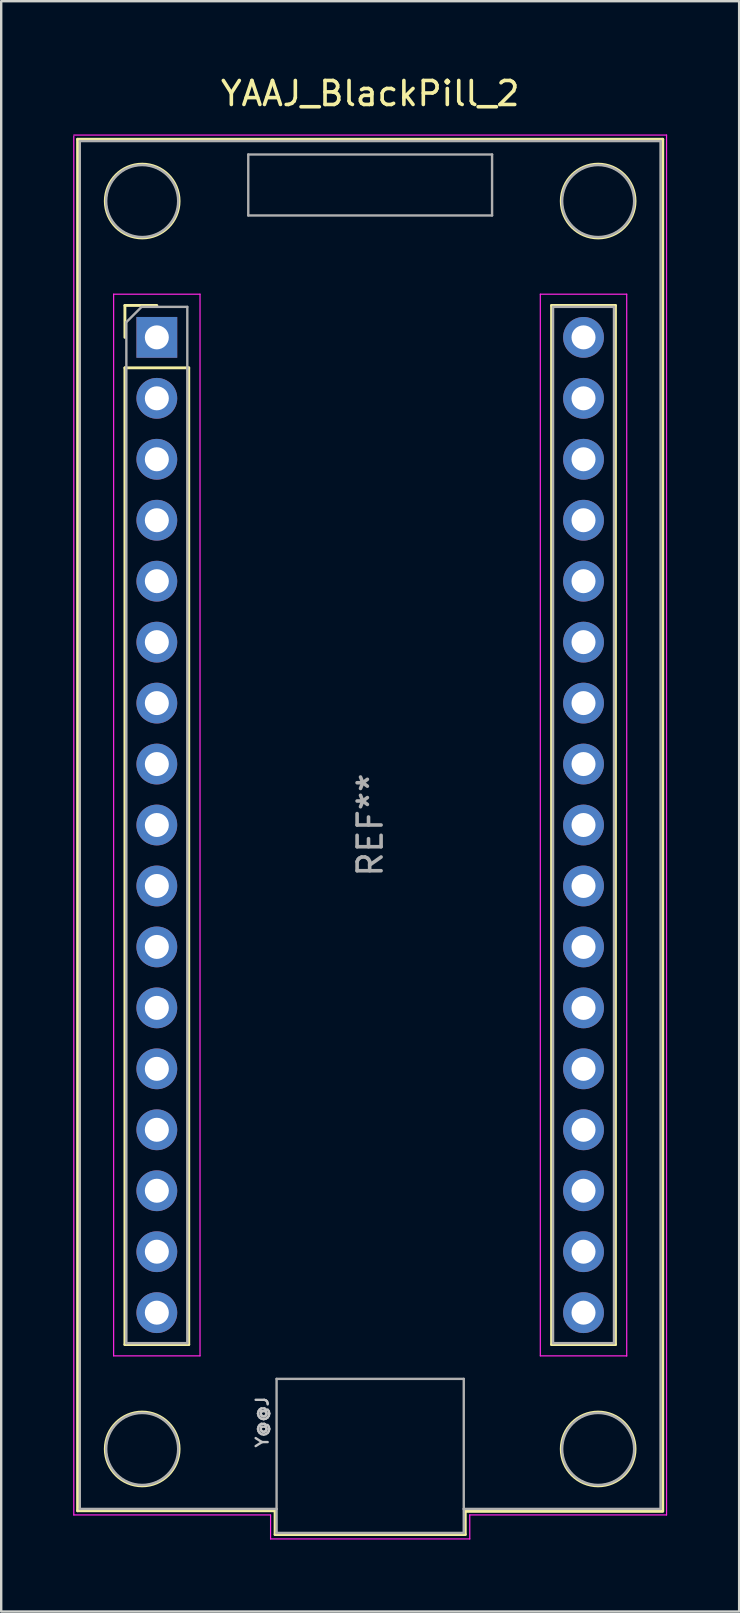
<source format=kicad_pcb>
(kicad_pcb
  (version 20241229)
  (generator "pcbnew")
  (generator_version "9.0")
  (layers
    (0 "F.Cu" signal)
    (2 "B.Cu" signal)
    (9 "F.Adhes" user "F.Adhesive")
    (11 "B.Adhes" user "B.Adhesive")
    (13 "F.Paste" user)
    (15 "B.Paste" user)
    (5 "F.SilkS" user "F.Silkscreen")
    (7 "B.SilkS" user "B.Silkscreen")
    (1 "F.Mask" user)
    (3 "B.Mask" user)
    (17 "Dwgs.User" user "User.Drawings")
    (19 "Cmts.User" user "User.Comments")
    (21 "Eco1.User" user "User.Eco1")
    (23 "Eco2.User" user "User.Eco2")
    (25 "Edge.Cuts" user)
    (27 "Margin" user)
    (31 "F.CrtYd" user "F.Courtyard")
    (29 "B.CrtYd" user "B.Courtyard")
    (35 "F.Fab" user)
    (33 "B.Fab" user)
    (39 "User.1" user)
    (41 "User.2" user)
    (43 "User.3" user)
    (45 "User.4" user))
  (footprint "YAAJ_BlackPill_2"
    (layer "F.Cu")
    (at 3.485 11.008)
    (property "Reference" "YAAJ_BlackPill_2" (at 8.89 -10.16 0) (layer "F.SilkS") (effects (font (size 1 1) (thickness 0.15))))
    (attr through_hole)
    (fp_line (start -3.302 -8.255) (end 21.082 -8.255) (stroke (width 0.12) (type solid)) (layer "F.SilkS"))
    (fp_line (start -3.302 48.895) (end -3.302 -8.255) (stroke (width 0.12) (type solid)) (layer "F.SilkS"))
    (fp_line (start -3.302 48.895) (end 4.928 48.895) (stroke (width 0.12) (type solid)) (layer "F.SilkS"))
    (fp_line (start -1.33 -1.33) (end -1.33 0) (stroke (width 0.12) (type solid)) (layer "F.SilkS"))
    (fp_line (start -1.33 -1.33) (end 0 -1.33) (stroke (width 0.12) (type solid)) (layer "F.SilkS"))
    (fp_line (start -1.33 1.27) (end -1.33 41.97) (stroke (width 0.12) (type solid)) (layer "F.SilkS"))
    (fp_line (start -1.33 1.27) (end 1.33 1.27) (stroke (width 0.12) (type solid)) (layer "F.SilkS"))
    (fp_line (start 1.33 1.27) (end 1.33 41.97) (stroke (width 0.12) (type solid)) (layer "F.SilkS"))
    (fp_line (start 1.33 41.97) (end -1.33 41.97) (stroke (width 0.12) (type solid)) (layer "F.SilkS"))
    (fp_line (start 4.928 48.895) (end 4.928 49.886) (stroke (width 0.12) (type solid)) (layer "F.SilkS"))
    (fp_line (start 4.928 49.886) (end 12.852 49.886) (stroke (width 0.12) (type solid)) (layer "F.SilkS"))
    (fp_line (start 12.852 48.92) (end 21.082 48.92) (stroke (width 0.12) (type solid)) (layer "F.SilkS"))
    (fp_line (start 12.852 49.886) (end 12.852 48.92) (stroke (width 0.12) (type solid)) (layer "F.SilkS"))
    (fp_line (start 16.45 -1.33) (end 16.45 41.97) (stroke (width 0.12) (type solid)) (layer "F.SilkS"))
    (fp_line (start 16.45 -1.33) (end 19.11 -1.33) (stroke (width 0.12) (type solid)) (layer "F.SilkS"))
    (fp_line (start 16.45 41.97) (end 19.11 41.97) (stroke (width 0.12) (type solid)) (layer "F.SilkS"))
    (fp_line (start 19.11 -1.33) (end 19.11 41.97) (stroke (width 0.12) (type solid)) (layer "F.SilkS"))
    (fp_line (start 21.082 -8.255) (end 21.082 48.895) (stroke (width 0.12) (type solid)) (layer "F.SilkS"))
    (fp_circle (center -0.61 -5.68) (end 0.927 -5.68) (stroke (width 0.12) (type solid)) (fill no) (layer "F.SilkS"))
    (fp_circle (center -0.61 46.32) (end 0.927 46.32) (stroke (width 0.12) (type solid)) (fill no) (layer "F.SilkS"))
    (fp_circle (center 18.39 -5.68) (end 19.927 -5.68) (stroke (width 0.12) (type solid)) (fill no) (layer "F.SilkS"))
    (fp_circle (center 18.39 46.32) (end 19.927 46.32) (stroke (width 0.12) (type solid)) (fill no) (layer "F.SilkS"))
    (fp_line (start -3.46 -8.43) (end 21.24 -8.43) (stroke (width 0.05) (type solid)) (layer "F.CrtYd"))
    (fp_line (start -3.46 49.07) (end -3.46 -8.382) (stroke (width 0.05) (type solid)) (layer "F.CrtYd"))
    (fp_line (start -1.8 -1.8) (end 1.8 -1.8) (stroke (width 0.05) (type solid)) (layer "F.CrtYd"))
    (fp_line (start -1.8 42.44) (end -1.8 -1.8) (stroke (width 0.05) (type solid)) (layer "F.CrtYd"))
    (fp_line (start 1.8 -1.8) (end 1.8 42.44) (stroke (width 0.05) (type solid)) (layer "F.CrtYd"))
    (fp_line (start 1.8 42.44) (end -1.8 42.44) (stroke (width 0.05) (type solid)) (layer "F.CrtYd"))
    (fp_line (start 4.74 49.07) (end -3.46 49.07) (stroke (width 0.05) (type solid)) (layer "F.CrtYd"))
    (fp_line (start 4.74 50.07) (end 4.74 49.07) (stroke (width 0.05) (type solid)) (layer "F.CrtYd"))
    (fp_line (start 13.04 49.07) (end 13.04 50.07) (stroke (width 0.05) (type solid)) (layer "F.CrtYd"))
    (fp_line (start 13.04 50.07) (end 4.74 50.07) (stroke (width 0.05) (type solid)) (layer "F.CrtYd"))
    (fp_line (start 15.98 -1.8) (end 19.58 -1.8) (stroke (width 0.05) (type solid)) (layer "F.CrtYd"))
    (fp_line (start 15.98 42.44) (end 15.98 -1.8) (stroke (width 0.05) (type solid)) (layer "F.CrtYd"))
    (fp_line (start 19.58 -1.8) (end 19.58 42.45) (stroke (width 0.05) (type solid)) (layer "F.CrtYd"))
    (fp_line (start 19.58 42.44) (end 15.98 42.44) (stroke (width 0.05) (type solid)) (layer "F.CrtYd"))
    (fp_line (start 21.24 -8.43) (end 21.24 49.07) (stroke (width 0.05) (type solid)) (layer "F.CrtYd"))
    (fp_line (start 21.24 49.07) (end 13.04 49.07) (stroke (width 0.05) (type solid)) (layer "F.CrtYd"))
    (fp_line (start -3.21 -8.18) (end -3.21 48.82) (stroke (width 0.1) (type solid)) (layer "F.Fab"))
    (fp_line (start -3.21 -8.18) (end 20.99 -8.18) (stroke (width 0.1) (type solid)) (layer "F.Fab"))
    (fp_line (start -3.21 48.82) (end 4.99 48.82) (stroke (width 0.1) (type solid)) (layer "F.Fab"))
    (fp_line (start -1.27 41.91) (end -1.27 -0.635) (stroke (width 0.1) (type solid)) (layer "F.Fab"))
    (fp_line (start -1.27 41.91) (end 1.27 41.91) (stroke (width 0.1) (type solid)) (layer "F.Fab"))
    (fp_line (start -0.635 -1.27) (end -1.27 -0.635) (stroke (width 0.1) (type solid)) (layer "F.Fab"))
    (fp_line (start -0.635 -1.27) (end 1.27 -1.27) (stroke (width 0.1) (type solid)) (layer "F.Fab"))
    (fp_line (start 1.27 -1.27) (end 1.27 41.91) (stroke (width 0.1) (type solid)) (layer "F.Fab"))
    (fp_line (start 3.81 -7.62) (end 13.97 -7.62) (stroke (width 0.1) (type solid)) (layer "F.Fab"))
    (fp_line (start 3.81 -5.08) (end 3.81 -7.62) (stroke (width 0.1) (type solid)) (layer "F.Fab"))
    (fp_line (start 4.99 43.4) (end 4.99 48.82) (stroke (width 0.1) (type solid)) (layer "F.Fab"))
    (fp_line (start 4.99 48.82) (end 4.99 49.82) (stroke (width 0.1) (type solid)) (layer "F.Fab"))
    (fp_line (start 4.99 49.82) (end 12.79 49.82) (stroke (width 0.1) (type solid)) (layer "F.Fab"))
    (fp_line (start 12.79 43.4) (end 4.99 43.4) (stroke (width 0.1) (type solid)) (layer "F.Fab"))
    (fp_line (start 12.79 48.82) (end 12.79 43.4) (stroke (width 0.1) (type solid)) (layer "F.Fab"))
    (fp_line (start 12.79 48.82) (end 20.99 48.82) (stroke (width 0.1) (type solid)) (layer "F.Fab"))
    (fp_line (start 12.79 49.82) (end 12.79 48.82) (stroke (width 0.1) (type solid)) (layer "F.Fab"))
    (fp_line (start 13.97 -7.62) (end 13.97 -5.08) (stroke (width 0.1) (type solid)) (layer "F.Fab"))
    (fp_line (start 13.97 -5.08) (end 3.81 -5.08) (stroke (width 0.1) (type solid)) (layer "F.Fab"))
    (fp_line (start 16.51 -1.27) (end 19.05 -1.27) (stroke (width 0.1) (type solid)) (layer "F.Fab"))
    (fp_line (start 16.51 41.91) (end 16.51 -1.27) (stroke (width 0.1) (type solid)) (layer "F.Fab"))
    (fp_line (start 19.05 -1.27) (end 19.05 41.91) (stroke (width 0.1) (type solid)) (layer "F.Fab"))
    (fp_line (start 19.05 41.91) (end 16.51 41.91) (stroke (width 0.1) (type solid)) (layer "F.Fab"))
    (fp_line (start 20.99 48.82) (end 20.99 -8.18) (stroke (width 0.1) (type solid)) (layer "F.Fab"))
    (fp_circle (center -0.61 -5.68) (end 0.89 -5.68) (stroke (width 0.1) (type solid)) (fill no) (layer "F.Fab"))
    (fp_circle (center -0.61 46.32) (end 0.89 46.32) (stroke (width 0.1) (type solid)) (fill no) (layer "F.Fab"))
    (fp_circle (center 18.39 -5.68) (end 19.89 -5.68) (stroke (width 0.1) (type solid)) (fill no) (layer "F.Fab"))
    (fp_circle (center 18.39 46.32) (end 19.89 46.32) (stroke (width 0.1) (type solid)) (fill no) (layer "F.Fab"))
    (fp_text user "Y@@J" (at 4.392 45.2 270) (layer "Dwgs.User") (effects (font (size 0.5 0.5) (thickness 0.1))))
    (fp_text user "REF**" (at 8.89 20.32 90) (layer "F.Fab") (effects (font (size 1 1) (thickness 0.15))))
    (pad "1" thru_hole rect (at 0 0) (size 1.7 1.7) (drill 1) (layers "*.Cu" "*.Mask"))
    (pad "2" thru_hole circle (at 0 2.54) (size 1.7 1.7) (drill 1) (layers "*.Cu" "*.Mask"))
    (pad "3" thru_hole circle (at 0 5.08) (size 1.7 1.7) (drill 1) (layers "*.Cu" "*.Mask"))
    (pad "4" thru_hole circle (at 0 7.62) (size 1.7 1.7) (drill 1) (layers "*.Cu" "*.Mask"))
    (pad "5" thru_hole circle (at 0 10.16) (size 1.7 1.7) (drill 1) (layers "*.Cu" "*.Mask"))
    (pad "6" thru_hole circle (at 0 12.7) (size 1.7 1.7) (drill 1) (layers "*.Cu" "*.Mask"))
    (pad "7" thru_hole circle (at 0 15.24) (size 1.7 1.7) (drill 1) (layers "*.Cu" "*.Mask"))
    (pad "8" thru_hole circle (at 0 17.78) (size 1.7 1.7) (drill 1) (layers "*.Cu" "*.Mask"))
    (pad "9" thru_hole circle (at 0 20.32) (size 1.7 1.7) (drill 1) (layers "*.Cu" "*.Mask"))
    (pad "10" thru_hole circle (at 0 22.86) (size 1.7 1.7) (drill 1) (layers "*.Cu" "*.Mask"))
    (pad "11" thru_hole circle (at 0 25.4) (size 1.7 1.7) (drill 1) (layers "*.Cu" "*.Mask"))
    (pad "12" thru_hole circle (at 0 27.94) (size 1.7 1.7) (drill 1) (layers "*.Cu" "*.Mask"))
    (pad "13" thru_hole circle (at 0 30.48) (size 1.7 1.7) (drill 1) (layers "*.Cu" "*.Mask"))
    (pad "14" thru_hole circle (at 0 33.02) (size 1.7 1.7) (drill 1) (layers "*.Cu" "*.Mask"))
    (pad "15" thru_hole circle (at 0 35.56) (size 1.7 1.7) (drill 1) (layers "*.Cu" "*.Mask"))
    (pad "16" thru_hole circle (at 0 38.1) (size 1.7 1.7) (drill 1) (layers "*.Cu" "*.Mask"))
    (pad "17" thru_hole circle (at 0 40.64) (size 1.7 1.7) (drill 1) (layers "*.Cu" "*.Mask"))
    (pad "18" thru_hole circle (at 17.78 40.64) (size 1.7 1.7) (drill 1) (layers "*.Cu" "*.Mask"))
    (pad "19" thru_hole circle (at 17.78 38.1) (size 1.7 1.7) (drill 1) (layers "*.Cu" "*.Mask"))
    (pad "20" thru_hole circle (at 17.78 35.56) (size 1.7 1.7) (drill 1) (layers "*.Cu" "*.Mask"))
    (pad "21" thru_hole circle (at 17.78 33.02) (size 1.7 1.7) (drill 1) (layers "*.Cu" "*.Mask"))
    (pad "22" thru_hole circle (at 17.78 30.48) (size 1.7 1.7) (drill 1) (layers "*.Cu" "*.Mask"))
    (pad "23" thru_hole circle (at 17.78 27.94) (size 1.7 1.7) (drill 1) (layers "*.Cu" "*.Mask"))
    (pad "24" thru_hole circle (at 17.78 25.4) (size 1.7 1.7) (drill 1) (layers "*.Cu" "*.Mask"))
    (pad "25" thru_hole circle (at 17.78 22.86) (size 1.7 1.7) (drill 1) (layers "*.Cu" "*.Mask"))
    (pad "26" thru_hole circle (at 17.78 20.32) (size 1.7 1.7) (drill 1) (layers "*.Cu" "*.Mask"))
    (pad "27" thru_hole circle (at 17.78 17.78) (size 1.7 1.7) (drill 1) (layers "*.Cu" "*.Mask"))
    (pad "28" thru_hole circle (at 17.78 15.24) (size 1.7 1.7) (drill 1) (layers "*.Cu" "*.Mask"))
    (pad "29" thru_hole circle (at 17.78 12.7) (size 1.7 1.7) (drill 1) (layers "*.Cu" "*.Mask"))
    (pad "30" thru_hole circle (at 17.78 10.16) (size 1.7 1.7) (drill 1) (layers "*.Cu" "*.Mask"))
    (pad "31" thru_hole circle (at 17.78 7.62) (size 1.7 1.7) (drill 1) (layers "*.Cu" "*.Mask"))
    (pad "32" thru_hole circle (at 17.78 5.08) (size 1.7 1.7) (drill 1) (layers "*.Cu" "*.Mask"))
    (pad "33" thru_hole circle (at 17.78 2.54) (size 1.7 1.7) (drill 1) (layers "*.Cu" "*.Mask"))
    (pad "34" thru_hole circle (at 17.78 0) (size 1.7 1.7) (drill 1) (layers "*.Cu" "*.Mask")))
  (gr_rect
    (start -3 -3)
    (end 27.75 64.103)
    (stroke (width 0.1) (type default))
    (fill no)
    (layer "Edge.Cuts")))
</source>
